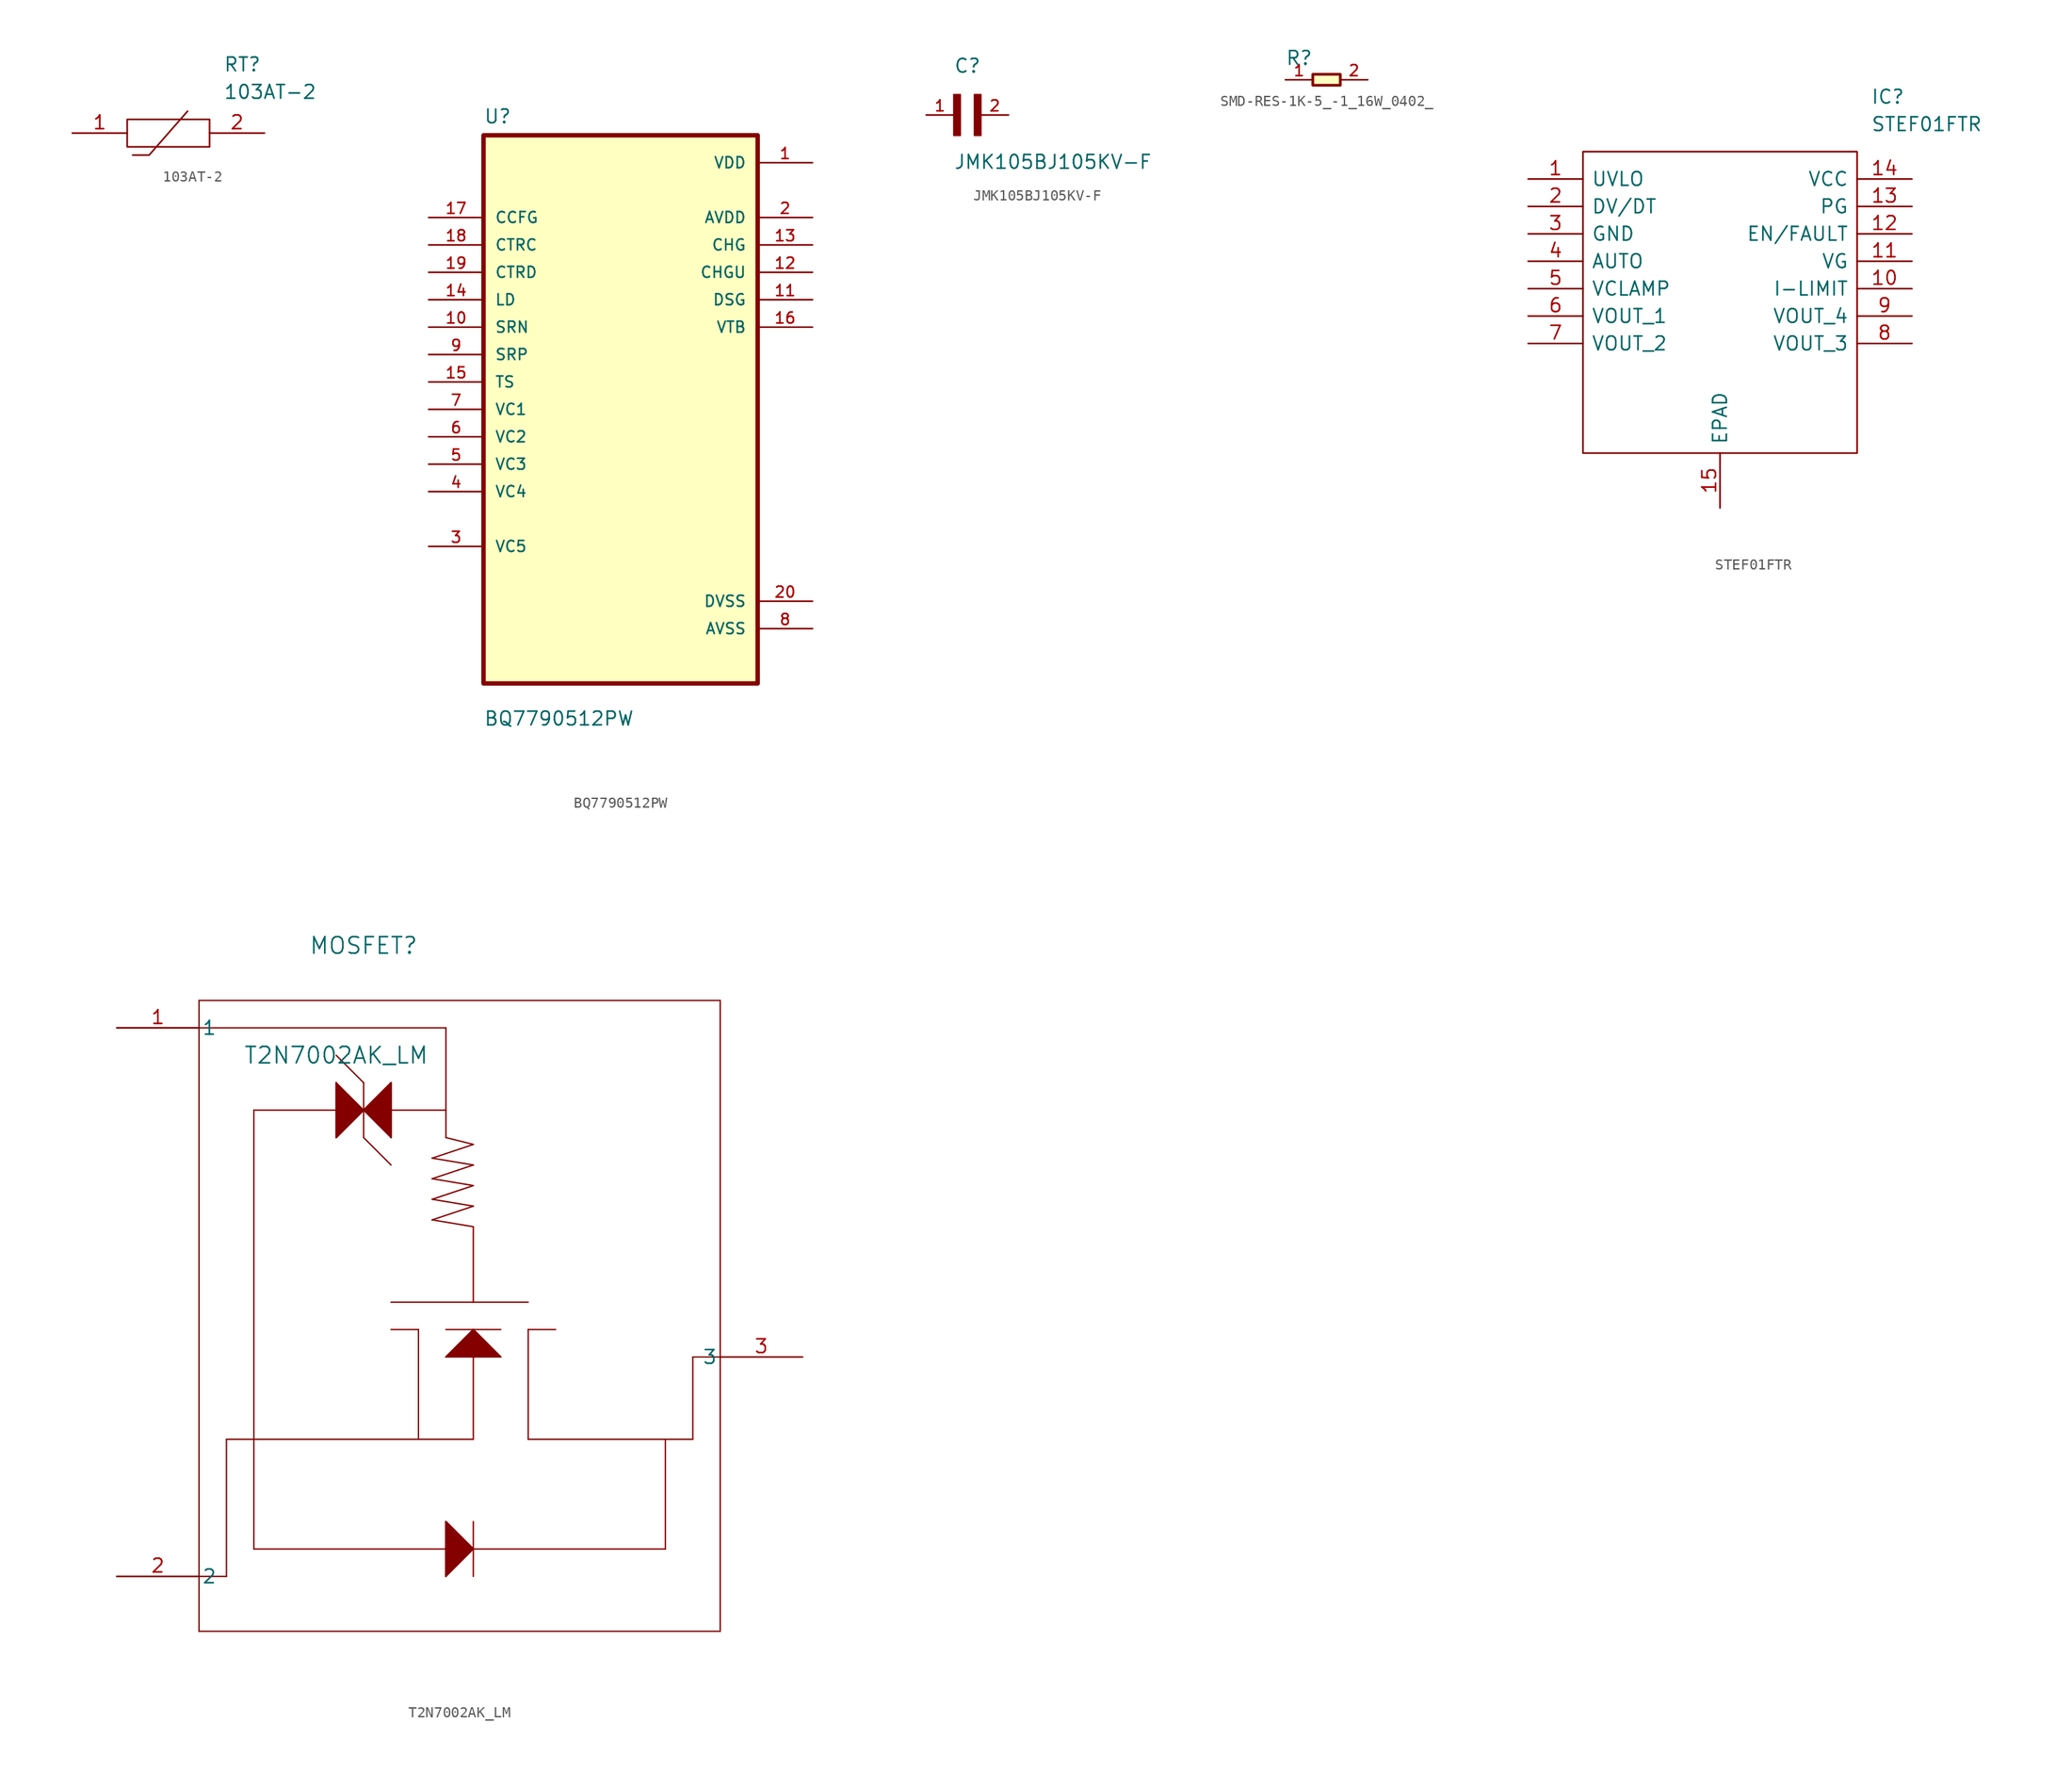
<source format=kicad_sym>
(kicad_symbol_lib
  (version 20241209)
  (generator "kicad_symbol_editor")
  (generator_version "9.0")
  (symbol "103AT-2"
    (pin_names
      (offset 0.762))
    (property "Reference" "RT"
      (at 13.97 6.35 0)
      (effects (font (size 1.27 1.27)) (justify left)))
    (property "Value" "103AT-2"
      (at 13.97 3.81 0)
      (effects (font (size 1.27 1.27)) (justify left)))
    (symbol "103AT-2_0_0"
      (pin passive line (at 0 0 0) (length 5.08) (name "~" (effects (font (size 1.27 1.27)))) (number "1" (effects (font (size 1.27 1.27)))))
      (pin passive line (at 17.78 0 180) (length 5.08) (name "~" (effects (font (size 1.27 1.27)))) (number "2" (effects (font (size 1.27 1.27))))))
    (symbol "103AT-2_0_1"
      (polyline (pts (xy 5.08 1.27) (xy 12.7 1.27) (xy 12.7 -1.27) (xy 5.08 -1.27) (xy 5.08 1.27)) (stroke (width 0.152) (type solid)) (fill (type none)))
      (polyline (pts (xy 5.588 -2.032) (xy 7.112 -2.032) (xy 10.668 2.032)) (stroke (width 0.152) (type solid)) (fill (type none)))))
  (symbol "BQ7790512PW"
    (pin_names
      (offset 1.016))
    (property "Reference" "U"
      (at -12.7 26.4 0)
      (effects (font (size 1.27 1.27)) (justify left bottom)))
    (property "Value" "BQ7790512PW"
      (at -12.7 -29.4 0)
      (effects (font (size 1.27 1.27)) (justify left bottom)))
    (symbol "BQ7790512PW_0_0"
      (rectangle (start -12.7 -25.4) (end 12.7 25.4) (stroke (width 0.41) (type default)) (fill (type background)))
      (pin input line (at -17.78 17.78 0) (length 5.08) (name "CCFG" (effects (font (size 1.016 1.016)))) (number "17" (effects (font (size 1.016 1.016)))))
      (pin input line (at -17.78 15.24 0) (length 5.08) (name "CTRC" (effects (font (size 1.016 1.016)))) (number "18" (effects (font (size 1.016 1.016)))))
      (pin input line (at -17.78 12.7 0) (length 5.08) (name "CTRD" (effects (font (size 1.016 1.016)))) (number "19" (effects (font (size 1.016 1.016)))))
      (pin input line (at -17.78 10.16 0) (length 5.08) (name "LD" (effects (font (size 1.016 1.016)))) (number "14" (effects (font (size 1.016 1.016)))))
      (pin input line (at -17.78 7.62 0) (length 5.08) (name "SRN" (effects (font (size 1.016 1.016)))) (number "10" (effects (font (size 1.016 1.016)))))
      (pin input line (at -17.78 5.08 0) (length 5.08) (name "SRP" (effects (font (size 1.016 1.016)))) (number "9" (effects (font (size 1.016 1.016)))))
      (pin input line (at -17.78 2.54 0) (length 5.08) (name "TS" (effects (font (size 1.016 1.016)))) (number "15" (effects (font (size 1.016 1.016)))))
      (pin input line (at -17.78 0 0) (length 5.08) (name "VC1" (effects (font (size 1.016 1.016)))) (number "7" (effects (font (size 1.016 1.016)))))
      (pin input line (at -17.78 -2.54 0) (length 5.08) (name "VC2" (effects (font (size 1.016 1.016)))) (number "6" (effects (font (size 1.016 1.016)))))
      (pin input line (at -17.78 -5.08 0) (length 5.08) (name "VC3" (effects (font (size 1.016 1.016)))) (number "5" (effects (font (size 1.016 1.016)))))
      (pin input line (at -17.78 -7.62 0) (length 5.08) (name "VC4" (effects (font (size 1.016 1.016)))) (number "4" (effects (font (size 1.016 1.016)))))
      (pin bidirectional line (at -17.78 -12.7 0) (length 5.08) (name "VC5" (effects (font (size 1.016 1.016)))) (number "3" (effects (font (size 1.016 1.016)))))
      (pin power_in line (at 17.78 22.86 180) (length 5.08) (name "VDD" (effects (font (size 1.016 1.016)))) (number "1" (effects (font (size 1.016 1.016)))))
      (pin output line (at 17.78 17.78 180) (length 5.08) (name "AVDD" (effects (font (size 1.016 1.016)))) (number "2" (effects (font (size 1.016 1.016)))))
      (pin output line (at 17.78 15.24 180) (length 5.08) (name "CHG" (effects (font (size 1.016 1.016)))) (number "13" (effects (font (size 1.016 1.016)))))
      (pin output line (at 17.78 12.7 180) (length 5.08) (name "CHGU" (effects (font (size 1.016 1.016)))) (number "12" (effects (font (size 1.016 1.016)))))
      (pin output line (at 17.78 10.16 180) (length 5.08) (name "DSG" (effects (font (size 1.016 1.016)))) (number "11" (effects (font (size 1.016 1.016)))))
      (pin output line (at 17.78 7.62 180) (length 5.08) (name "VTB" (effects (font (size 1.016 1.016)))) (number "16" (effects (font (size 1.016 1.016)))))
      (pin power_in line (at 17.78 -17.78 180) (length 5.08) (name "DVSS" (effects (font (size 1.016 1.016)))) (number "20" (effects (font (size 1.016 1.016)))))
      (pin power_in line (at 17.78 -20.32 180) (length 5.08) (name "AVSS" (effects (font (size 1.016 1.016)))) (number "8" (effects (font (size 1.016 1.016)))))))
  (symbol "JMK105BJ105KV-F"
    (pin_names
      (offset 1.016))
    (property "Reference" "C"
      (at 0 3.811 0)
      (effects (font (size 1.27 1.27)) (justify left bottom)))
    (property "Value" "JMK105BJ105KV-F"
      (at 0 -5.088 0)
      (effects (font (size 1.27 1.27)) (justify left bottom)))
    (symbol "JMK105BJ105KV-F_0_0"
      (rectangle (start 0 -1.907) (end 0.635 1.905) (stroke (width 0.1) (type default)) (fill (type outline)))
      (rectangle (start 1.907 -1.907) (end 2.54 1.905) (stroke (width 0.1) (type default)) (fill (type outline)))
      (pin passive line (at -2.54 0 0) (length 2.54) (name "~" (effects (font (size 1.016 1.016)))) (number "1" (effects (font (size 1.016 1.016)))))
      (pin passive line (at 5.08 0 180) (length 2.54) (name "~" (effects (font (size 1.016 1.016)))) (number "2" (effects (font (size 1.016 1.016)))))))
  (symbol "SMD-RES-1K-5_-1_16W_0402_"
    (pin_names
      (offset 1.016))
    (property "Reference" "R"
      (at -3.813 1.271 0)
      (effects (font (size 1.27 1.27)) (justify left bottom)))
    (symbol "SMD-RES-1K-5_-1_16W_0402__0_0"
      (rectangle (start -1.27 -0.508) (end 1.27 0.508) (stroke (width 0.254) (type default)) (fill (type background)))
      (pin passive line (at -3.81 0 0) (length 2.54) (name "~" (effects (font (size 1.016 1.016)))) (number "1" (effects (font (size 1.016 1.016)))))
      (pin passive line (at 3.81 0 180) (length 2.54) (name "~" (effects (font (size 1.016 1.016)))) (number "2" (effects (font (size 1.016 1.016)))))))
  (symbol "STEF01FTR"
    (pin_names
      (offset 0.762))
    (property "Reference" "IC"
      (at 31.75 7.62 0)
      (effects (font (size 1.27 1.27)) (justify left)))
    (property "Value" "STEF01FTR"
      (at 31.75 5.08 0)
      (effects (font (size 1.27 1.27)) (justify left)))
    (symbol "STEF01FTR_0_0"
      (pin passive line (at 0 0 0) (length 5.08) (name "UVLO" (effects (font (size 1.27 1.27)))) (number "1" (effects (font (size 1.27 1.27)))))
      (pin passive line (at 0 -2.54 0) (length 5.08) (name "DV/DT" (effects (font (size 1.27 1.27)))) (number "2" (effects (font (size 1.27 1.27)))))
      (pin passive line (at 0 -5.08 0) (length 5.08) (name "GND" (effects (font (size 1.27 1.27)))) (number "3" (effects (font (size 1.27 1.27)))))
      (pin passive line (at 0 -7.62 0) (length 5.08) (name "AUTO" (effects (font (size 1.27 1.27)))) (number "4" (effects (font (size 1.27 1.27)))))
      (pin passive line (at 0 -10.16 0) (length 5.08) (name "VCLAMP" (effects (font (size 1.27 1.27)))) (number "5" (effects (font (size 1.27 1.27)))))
      (pin passive line (at 0 -12.7 0) (length 5.08) (name "VOUT_1" (effects (font (size 1.27 1.27)))) (number "6" (effects (font (size 1.27 1.27)))))
      (pin passive line (at 0 -15.24 0) (length 5.08) (name "VOUT_2" (effects (font (size 1.27 1.27)))) (number "7" (effects (font (size 1.27 1.27)))))
      (pin passive line (at 17.78 -30.48 90) (length 5.08) (name "EPAD" (effects (font (size 1.27 1.27)))) (number "15" (effects (font (size 1.27 1.27)))))
      (pin passive line (at 35.56 0 180) (length 5.08) (name "VCC" (effects (font (size 1.27 1.27)))) (number "14" (effects (font (size 1.27 1.27)))))
      (pin passive line (at 35.56 -2.54 180) (length 5.08) (name "PG" (effects (font (size 1.27 1.27)))) (number "13" (effects (font (size 1.27 1.27)))))
      (pin passive line (at 35.56 -5.08 180) (length 5.08) (name "EN/FAULT" (effects (font (size 1.27 1.27)))) (number "12" (effects (font (size 1.27 1.27)))))
      (pin passive line (at 35.56 -7.62 180) (length 5.08) (name "VG" (effects (font (size 1.27 1.27)))) (number "11" (effects (font (size 1.27 1.27)))))
      (pin passive line (at 35.56 -10.16 180) (length 5.08) (name "I-LIMIT" (effects (font (size 1.27 1.27)))) (number "10" (effects (font (size 1.27 1.27)))))
      (pin passive line (at 35.56 -12.7 180) (length 5.08) (name "VOUT_4" (effects (font (size 1.27 1.27)))) (number "9" (effects (font (size 1.27 1.27)))))
      (pin passive line (at 35.56 -15.24 180) (length 5.08) (name "VOUT_3" (effects (font (size 1.27 1.27)))) (number "8" (effects (font (size 1.27 1.27))))))
    (symbol "STEF01FTR_0_1"
      (polyline (pts (xy 5.08 2.54) (xy 30.48 2.54) (xy 30.48 -25.4) (xy 5.08 -25.4) (xy 5.08 2.54)) (stroke (width 0.152) (type solid)) (fill (type none)))))
  (symbol "T2N7002AK_LM"
    (pin_names
      (offset 0.254))
    (property "Reference" "MOSFET"
      (at 22.86 7.62 0)
      (effects (font (size 1.524 1.524))))
    (property "Value" "T2N7002AK_LM"
      (at 20.32 -2.54 0)
      (effects (font (size 1.524 1.524))))
    (property "ki_locked" ""
      (at 0 0 0)
      (effects (font (size 1.27 1.27))))
    (symbol "T2N7002AK_LM_0_1"
      (polyline (pts (xy 7.62 2.54) (xy 7.62 -55.88)) (stroke (width 0.127) (type default)) (fill (type none)))
      (polyline (pts (xy 7.62 0) (xy 30.48 0)) (stroke (width 0.127) (type default)) (fill (type none)))
      (polyline (pts (xy 7.62 -55.88) (xy 55.88 -55.88)) (stroke (width 0.127) (type default)) (fill (type none)))
      (polyline (pts (xy 10.16 -38.1) (xy 10.16 -50.8)) (stroke (width 0.127) (type default)) (fill (type none)))
      (polyline (pts (xy 10.16 -50.8) (xy 7.62 -50.8)) (stroke (width 0.127) (type default)) (fill (type none)))
      (polyline (pts (xy 12.7 -7.62) (xy 12.7 -48.26)) (stroke (width 0.127) (type default)) (fill (type none)))
      (polyline (pts (xy 12.7 -7.62) (xy 30.48 -7.62)) (stroke (width 0.127) (type default)) (fill (type none)))
      (polyline (pts (xy 12.7 -38.1) (xy 10.16 -38.1)) (stroke (width 0.127) (type default)) (fill (type none)))
      (polyline (pts (xy 12.7 -48.26) (xy 50.8 -48.26)) (stroke (width 0.127) (type default)) (fill (type none)))
      (polyline (pts (xy 20.32 -5.08) (xy 20.32 -10.16)) (stroke (width 0.127) (type default)) (fill (type none)))
      (polyline (pts (xy 20.32 -5.08) (xy 20.32 -10.16) (xy 22.86 -7.62)) (stroke (width 0) (type default)) (fill (type outline)))
      (polyline (pts (xy 20.32 -10.16) (xy 22.86 -7.62)) (stroke (width 0.127) (type default)) (fill (type none)))
      (polyline (pts (xy 22.86 -5.08) (xy 20.32 -2.54)) (stroke (width 0.127) (type default)) (fill (type none)))
      (polyline (pts (xy 22.86 -7.62) (xy 20.32 -5.08)) (stroke (width 0.127) (type default)) (fill (type none)))
      (polyline (pts (xy 22.86 -7.62) (xy 25.4 -5.08) (xy 25.4 -10.16)) (stroke (width 0) (type default)) (fill (type outline)))
      (polyline (pts (xy 22.86 -10.16) (xy 22.86 -5.08)) (stroke (width 0.127) (type default)) (fill (type none)))
      (polyline (pts (xy 22.86 -10.16) (xy 25.4 -12.7)) (stroke (width 0.127) (type default)) (fill (type none)))
      (polyline (pts (xy 25.4 -5.08) (xy 22.86 -7.62)) (stroke (width 0.127) (type default)) (fill (type none)))
      (polyline (pts (xy 25.4 -5.08) (xy 25.4 -10.16)) (stroke (width 0.127) (type default)) (fill (type none)))
      (polyline (pts (xy 25.4 -10.16) (xy 22.86 -7.62)) (stroke (width 0.127) (type default)) (fill (type none)))
      (polyline (pts (xy 25.4 -25.4) (xy 38.1 -25.4)) (stroke (width 0.127) (type default)) (fill (type none)))
      (polyline (pts (xy 25.4 -27.94) (xy 27.94 -27.94)) (stroke (width 0.127) (type default)) (fill (type none)))
      (polyline (pts (xy 27.94 -27.94) (xy 27.94 -38.1)) (stroke (width 0.127) (type default)) (fill (type none)))
      (polyline (pts (xy 29.21 -12.065) (xy 33.02 -12.7)) (stroke (width 0.127) (type default)) (fill (type none)))
      (polyline (pts (xy 29.21 -13.97) (xy 33.02 -14.605)) (stroke (width 0.127) (type default)) (fill (type none)))
      (polyline (pts (xy 29.21 -15.875) (xy 33.02 -16.51)) (stroke (width 0.127) (type default)) (fill (type none)))
      (polyline (pts (xy 29.21 -17.78) (xy 33.02 -18.415)) (stroke (width 0.127) (type default)) (fill (type none)))
      (polyline (pts (xy 30.48 0) (xy 30.48 -10.16)) (stroke (width 0.127) (type default)) (fill (type none)))
      (polyline (pts (xy 30.48 -10.16) (xy 33.02 -10.795)) (stroke (width 0.127) (type default)) (fill (type none)))
      (polyline (pts (xy 30.48 -27.94) (xy 35.56 -27.94)) (stroke (width 0.127) (type default)) (fill (type none)))
      (polyline (pts (xy 30.48 -30.48) (xy 33.02 -27.94)) (stroke (width 0.127) (type default)) (fill (type none)))
      (polyline (pts (xy 30.48 -30.48) (xy 35.56 -30.48)) (stroke (width 0.127) (type default)) (fill (type none)))
      (polyline (pts (xy 30.48 -30.48) (xy 33.02 -27.94) (xy 35.56 -30.48)) (stroke (width 0) (type default)) (fill (type outline)))
      (polyline (pts (xy 30.48 -45.72) (xy 30.48 -50.8)) (stroke (width 0.127) (type default)) (fill (type none)))
      (polyline (pts (xy 30.48 -45.72) (xy 33.02 -48.26)) (stroke (width 0.127) (type default)) (fill (type none)))
      (polyline (pts (xy 30.48 -50.8) (xy 33.02 -48.26)) (stroke (width 0.127) (type default)) (fill (type none)))
      (polyline (pts (xy 30.48 -50.8) (xy 30.48 -45.72) (xy 33.02 -48.26)) (stroke (width 0) (type default)) (fill (type outline)))
      (polyline (pts (xy 33.02 -10.795) (xy 29.21 -12.065)) (stroke (width 0.127) (type default)) (fill (type none)))
      (polyline (pts (xy 33.02 -12.7) (xy 29.21 -13.97)) (stroke (width 0.127) (type default)) (fill (type none)))
      (polyline (pts (xy 33.02 -14.605) (xy 29.21 -15.875)) (stroke (width 0.127) (type default)) (fill (type none)))
      (polyline (pts (xy 33.02 -16.51) (xy 29.21 -17.78)) (stroke (width 0.127) (type default)) (fill (type none)))
      (polyline (pts (xy 33.02 -18.415) (xy 33.02 -25.4)) (stroke (width 0.127) (type default)) (fill (type none)))
      (polyline (pts (xy 33.02 -27.94) (xy 33.02 -38.1)) (stroke (width 0.127) (type default)) (fill (type none)))
      (polyline (pts (xy 33.02 -27.94) (xy 35.56 -30.48)) (stroke (width 0.127) (type default)) (fill (type none)))
      (polyline (pts (xy 33.02 -38.1) (xy 12.7 -38.1)) (stroke (width 0.127) (type default)) (fill (type none)))
      (polyline (pts (xy 33.02 -45.72) (xy 33.02 -50.8)) (stroke (width 0.127) (type default)) (fill (type none)))
      (polyline (pts (xy 38.1 -27.94) (xy 40.64 -27.94)) (stroke (width 0.127) (type default)) (fill (type none)))
      (polyline (pts (xy 38.1 -38.1) (xy 38.1 -27.94)) (stroke (width 0.127) (type default)) (fill (type none)))
      (polyline (pts (xy 38.1 -38.1) (xy 53.34 -38.1)) (stroke (width 0.127) (type default)) (fill (type none)))
      (polyline (pts (xy 50.8 -48.26) (xy 50.8 -38.1)) (stroke (width 0.127) (type default)) (fill (type none)))
      (polyline (pts (xy 53.34 -30.48) (xy 55.88 -30.48)) (stroke (width 0.127) (type default)) (fill (type none)))
      (polyline (pts (xy 53.34 -38.1) (xy 53.34 -30.48)) (stroke (width 0.127) (type default)) (fill (type none)))
      (polyline (pts (xy 55.88 2.54) (xy 7.62 2.54)) (stroke (width 0.127) (type default)) (fill (type none)))
      (polyline (pts (xy 55.88 -55.88) (xy 55.88 2.54)) (stroke (width 0.127) (type default)) (fill (type none)))
      (pin unspecified line (at 0 0 0) (length 7.62) (name "1" (effects (font (size 1.27 1.27)))) (number "1" (effects (font (size 1.27 1.27)))))
      (pin unspecified line (at 0 -50.8 0) (length 7.62) (name "2" (effects (font (size 1.27 1.27)))) (number "2" (effects (font (size 1.27 1.27)))))
      (pin unspecified line (at 63.5 -30.48 180) (length 7.62) (name "3" (effects (font (size 1.27 1.27)))) (number "3" (effects (font (size 1.27 1.27))))))))
</source>
